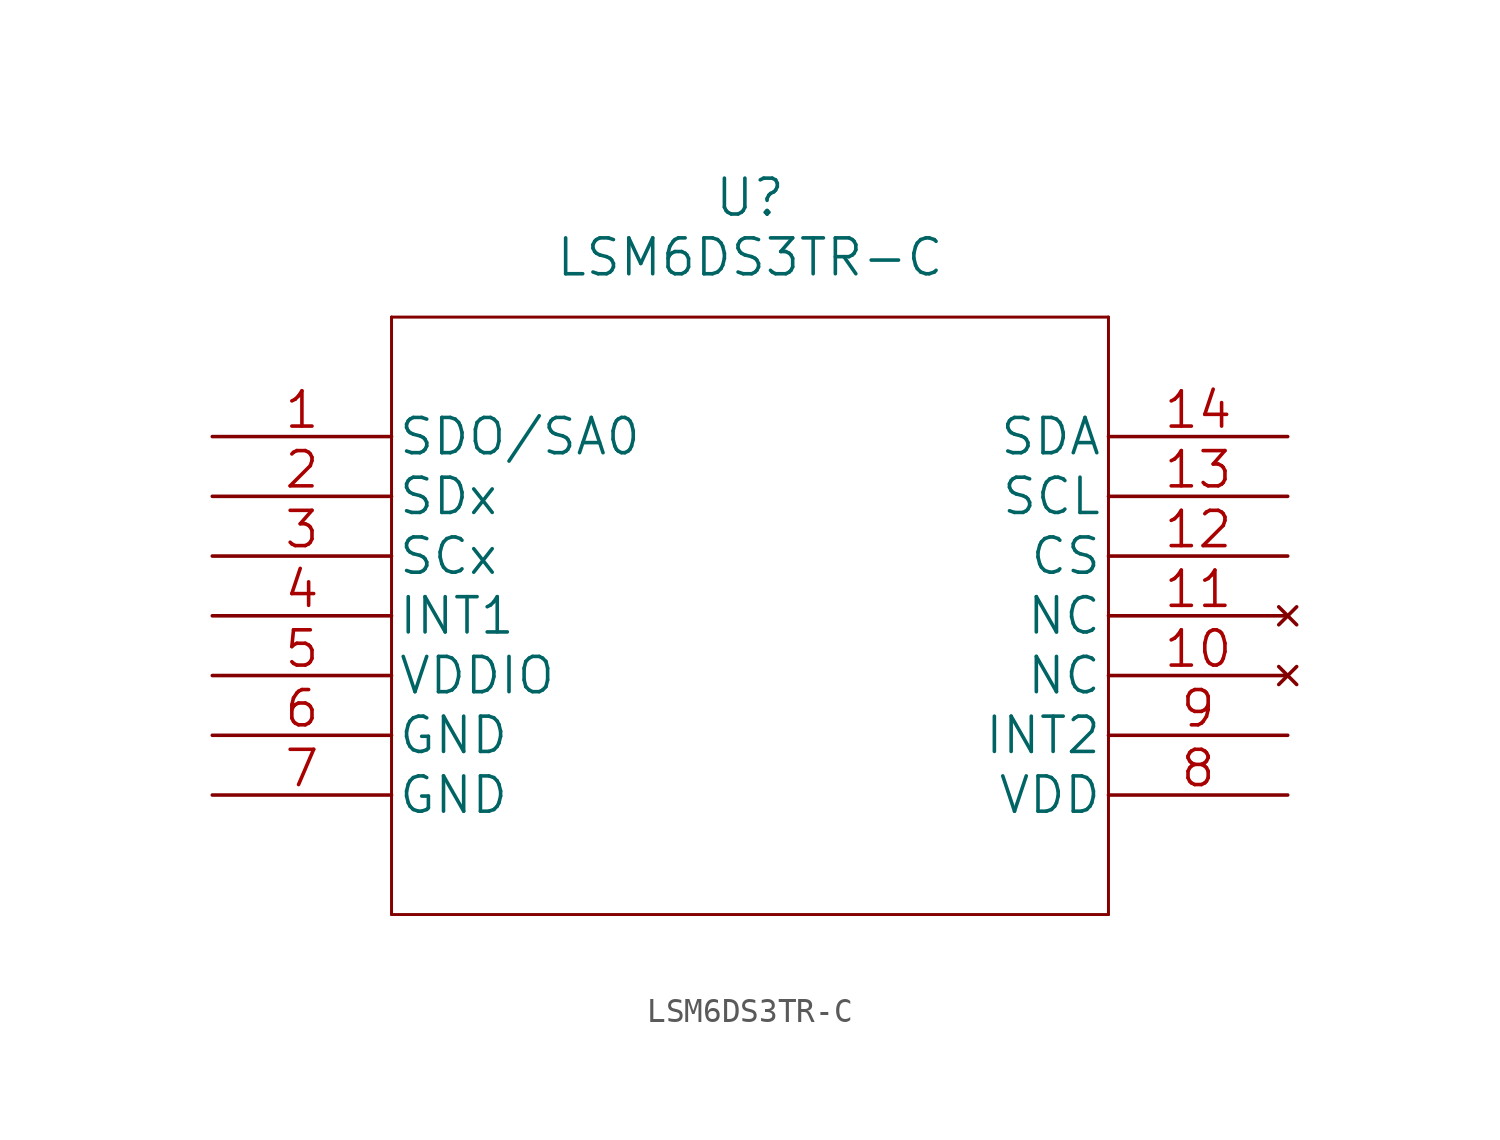
<source format=kicad_sym>
(kicad_symbol_lib
  (version 20211014)
  (generator kicad_symbol_editor)
  (symbol "LSM6DS3TR-C"
    (pin_names
      (offset 0.254))
    (property "Reference" "U"
      (at 22.86 10.16 0)
      (effects (font (size 1.524 1.524))))
    (property "Value" "LSM6DS3TR-C"
      (at 22.86 7.62 0)
      (effects (font (size 1.524 1.524))))
    (property "Datasheet" ""
      (at 0 0 0)
      (effects (font (size 1.524 1.524))))
    (property "ki_locked" ""
      (at 0 0 0)
      (effects (font (size 1.27 1.27))))
    (symbol "LSM6DS3TR-C_1_1"
      (polyline (pts (xy 7.62 -20.32) (xy 38.1 -20.32)) (stroke (width 0.127) (type default) (color 0 0 0 0)) (fill (type none)))
      (polyline (pts (xy 7.62 5.08) (xy 7.62 -20.32)) (stroke (width 0.127) (type default) (color 0 0 0 0)) (fill (type none)))
      (polyline (pts (xy 38.1 -20.32) (xy 38.1 5.08)) (stroke (width 0.127) (type default) (color 0 0 0 0)) (fill (type none)))
      (polyline (pts (xy 38.1 5.08) (xy 7.62 5.08)) (stroke (width 0.127) (type default) (color 0 0 0 0)) (fill (type none)))
      (pin output line (at 0 0 0) (length 7.62) (name "SDO/SA0" (effects (font (size 1.499 1.499)))) (number "1" (effects (font (size 1.499 1.499)))))
      (pin no_connect line (at 45.72 -10.16 180) (length 7.62) (name "NC" (effects (font (size 1.499 1.499)))) (number "10" (effects (font (size 1.499 1.499)))))
      (pin no_connect line (at 45.72 -7.62 180) (length 7.62) (name "NC" (effects (font (size 1.499 1.499)))) (number "11" (effects (font (size 1.499 1.499)))))
      (pin input line (at 45.72 -5.08 180) (length 7.62) (name "CS" (effects (font (size 1.499 1.499)))) (number "12" (effects (font (size 1.499 1.499)))))
      (pin input line (at 45.72 -2.54 180) (length 7.62) (name "SCL" (effects (font (size 1.499 1.499)))) (number "13" (effects (font (size 1.499 1.499)))))
      (pin input line (at 45.72 0 180) (length 7.62) (name "SDA" (effects (font (size 1.499 1.499)))) (number "14" (effects (font (size 1.499 1.499)))))
      (pin passive line (at 0 -2.54 0) (length 7.62) (name "SDx" (effects (font (size 1.499 1.499)))) (number "2" (effects (font (size 1.499 1.499)))))
      (pin passive line (at 0 -5.08 0) (length 7.62) (name "SCx" (effects (font (size 1.499 1.499)))) (number "3" (effects (font (size 1.499 1.499)))))
      (pin input line (at 0 -7.62 0) (length 7.62) (name "INT1" (effects (font (size 1.499 1.499)))) (number "4" (effects (font (size 1.499 1.499)))))
      (pin power_in line (at 0 -10.16 0) (length 7.62) (name "VDDIO" (effects (font (size 1.499 1.499)))) (number "5" (effects (font (size 1.499 1.499)))))
      (pin power_in line (at 0 -12.7 0) (length 7.62) (name "GND" (effects (font (size 1.499 1.499)))) (number "6" (effects (font (size 1.499 1.499)))))
      (pin power_in line (at 0 -15.24 0) (length 7.62) (name "GND" (effects (font (size 1.499 1.499)))) (number "7" (effects (font (size 1.499 1.499)))))
      (pin power_in line (at 45.72 -15.24 180) (length 7.62) (name "VDD" (effects (font (size 1.499 1.499)))) (number "8" (effects (font (size 1.499 1.499)))))
      (pin input line (at 45.72 -12.7 180) (length 7.62) (name "INT2" (effects (font (size 1.499 1.499)))) (number "9" (effects (font (size 1.499 1.499))))))))
</source>
